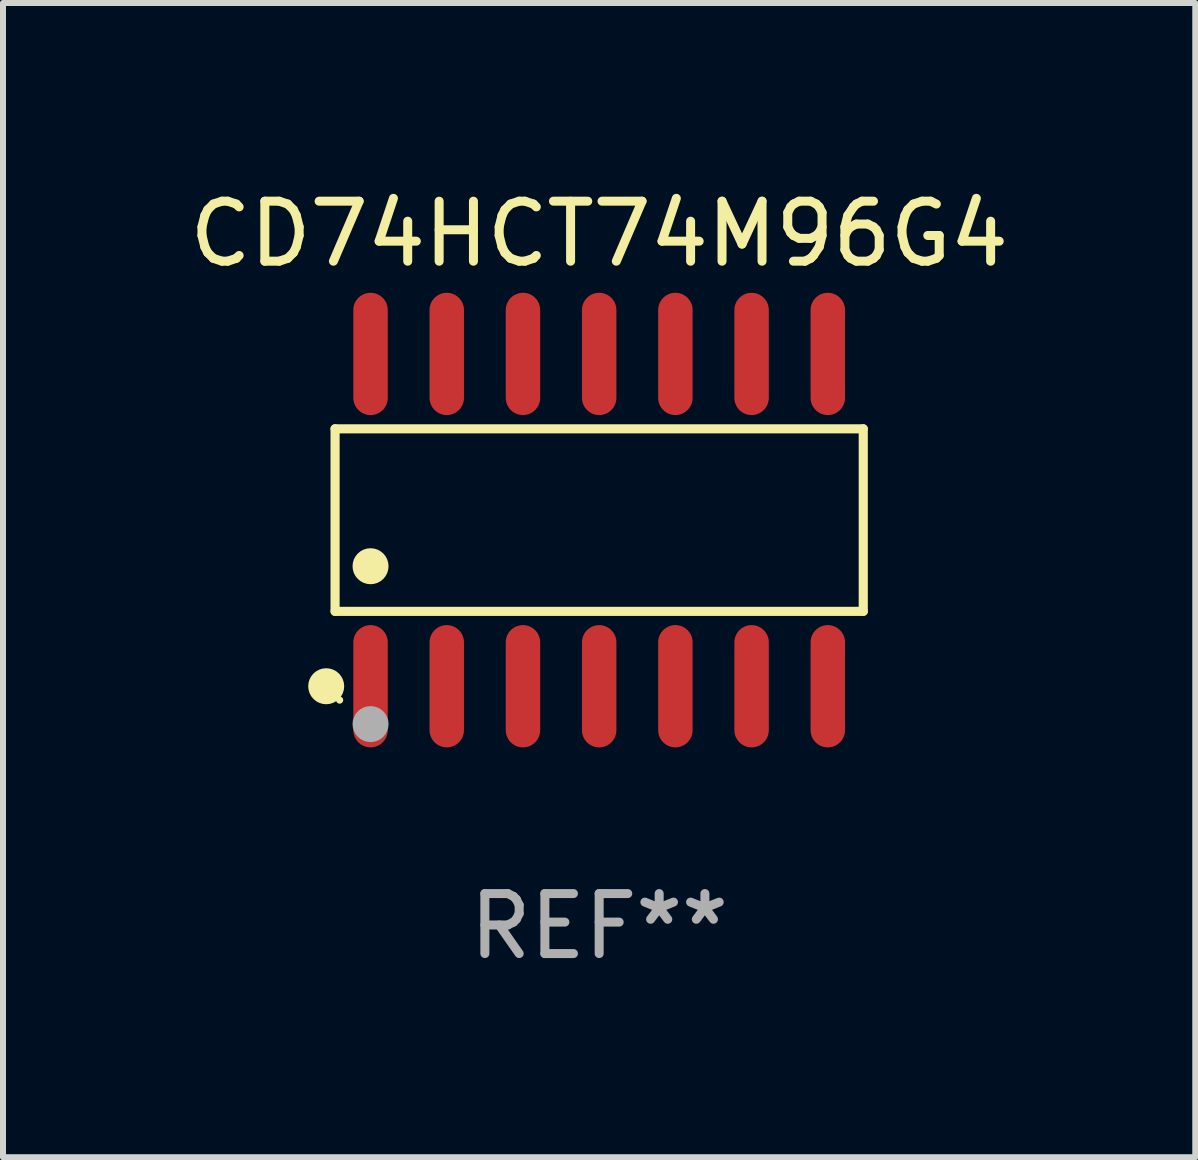
<source format=kicad_pcb>
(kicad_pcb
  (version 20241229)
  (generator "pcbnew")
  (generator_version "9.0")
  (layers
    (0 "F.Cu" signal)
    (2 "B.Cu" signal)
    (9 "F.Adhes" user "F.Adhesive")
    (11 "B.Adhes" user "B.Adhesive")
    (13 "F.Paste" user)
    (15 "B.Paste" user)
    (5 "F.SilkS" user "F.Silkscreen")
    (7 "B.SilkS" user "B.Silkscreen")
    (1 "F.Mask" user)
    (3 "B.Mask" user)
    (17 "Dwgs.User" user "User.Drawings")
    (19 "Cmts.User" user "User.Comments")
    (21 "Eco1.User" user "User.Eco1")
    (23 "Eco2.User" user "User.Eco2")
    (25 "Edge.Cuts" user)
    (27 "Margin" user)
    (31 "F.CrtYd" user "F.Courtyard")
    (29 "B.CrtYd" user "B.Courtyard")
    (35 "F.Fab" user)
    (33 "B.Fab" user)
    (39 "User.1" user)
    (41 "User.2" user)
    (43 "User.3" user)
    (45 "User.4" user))
  (footprint "CD74HCT74M96G4"
    (layer "F.Cu")
    (at 6.935 5.617)
    (property "Reference" "CD74HCT74M96G4" (at 0 -4.769 0) (layer "F.SilkS") (effects (font (size 1 1) (thickness 0.15))))
    (attr through_hole)
    (fp_line (start -4.401 -1.521) (end 4.401 -1.521) (stroke (width 0.152) (type solid)) (layer "F.SilkS"))
    (fp_line (start -4.401 1.521) (end -4.401 -1.521) (stroke (width 0.152) (type solid)) (layer "F.SilkS"))
    (fp_line (start 4.401 -1.521) (end 4.401 1.521) (stroke (width 0.152) (type solid)) (layer "F.SilkS"))
    (fp_line (start 4.401 1.521) (end -4.401 1.521) (stroke (width 0.152) (type solid)) (layer "F.SilkS"))
    (fp_circle (center -4.549 2.769) (end -4.399 2.769) (stroke (width 0.3) (type solid)) (fill no) (layer "F.SilkS"))
    (fp_circle (center -4.325 3) (end -4.295 3) (stroke (width 0.06) (type solid)) (fill no) (layer "F.SilkS"))
    (fp_circle (center -3.81 0.769) (end -3.66 0.769) (stroke (width 0.3) (type solid)) (fill no) (layer "F.SilkS"))
    (fp_circle (center -3.81 3.4) (end -3.66 3.4) (stroke (width 0.3) (type solid)) (fill no) (layer "F.Fab"))
    (fp_text user "REF**" (at 0 6.769 0) (layer "F.Fab") (effects (font (size 1 1) (thickness 0.15))))
    (pad "1" smd oval (at -3.81 2.769) (size 0.574 2.038) (layers "F.Cu" "F.Mask" "F.Paste"))
    (pad "2" smd oval (at -2.54 2.769) (size 0.574 2.038) (layers "F.Cu" "F.Mask" "F.Paste"))
    (pad "3" smd oval (at -1.27 2.769) (size 0.574 2.038) (layers "F.Cu" "F.Mask" "F.Paste"))
    (pad "4" smd oval (at 0 2.769) (size 0.574 2.038) (layers "F.Cu" "F.Mask" "F.Paste"))
    (pad "5" smd oval (at 1.27 2.769) (size 0.574 2.038) (layers "F.Cu" "F.Mask" "F.Paste"))
    (pad "6" smd oval (at 2.54 2.769) (size 0.574 2.038) (layers "F.Cu" "F.Mask" "F.Paste"))
    (pad "7" smd oval (at 3.81 2.769) (size 0.574 2.038) (layers "F.Cu" "F.Mask" "F.Paste"))
    (pad "8" smd oval (at 3.81 -2.769) (size 0.574 2.038) (layers "F.Cu" "F.Mask" "F.Paste"))
    (pad "9" smd oval (at 2.54 -2.769) (size 0.574 2.038) (layers "F.Cu" "F.Mask" "F.Paste"))
    (pad "10" smd oval (at 1.27 -2.769) (size 0.574 2.038) (layers "F.Cu" "F.Mask" "F.Paste"))
    (pad "11" smd oval (at 0 -2.769) (size 0.574 2.038) (layers "F.Cu" "F.Mask" "F.Paste"))
    (pad "12" smd oval (at -1.27 -2.769) (size 0.574 2.038) (layers "F.Cu" "F.Mask" "F.Paste"))
    (pad "13" smd oval (at -2.54 -2.769) (size 0.574 2.038) (layers "F.Cu" "F.Mask" "F.Paste"))
    (pad "14" smd oval (at -3.81 -2.769) (size 0.574 2.038) (layers "F.Cu" "F.Mask" "F.Paste")))
  (gr_rect
    (start -3 -3)
    (end 16.869 16.235)
    (stroke (width 0.1) (type default))
    (fill no)
    (layer "Edge.Cuts")))
</source>
